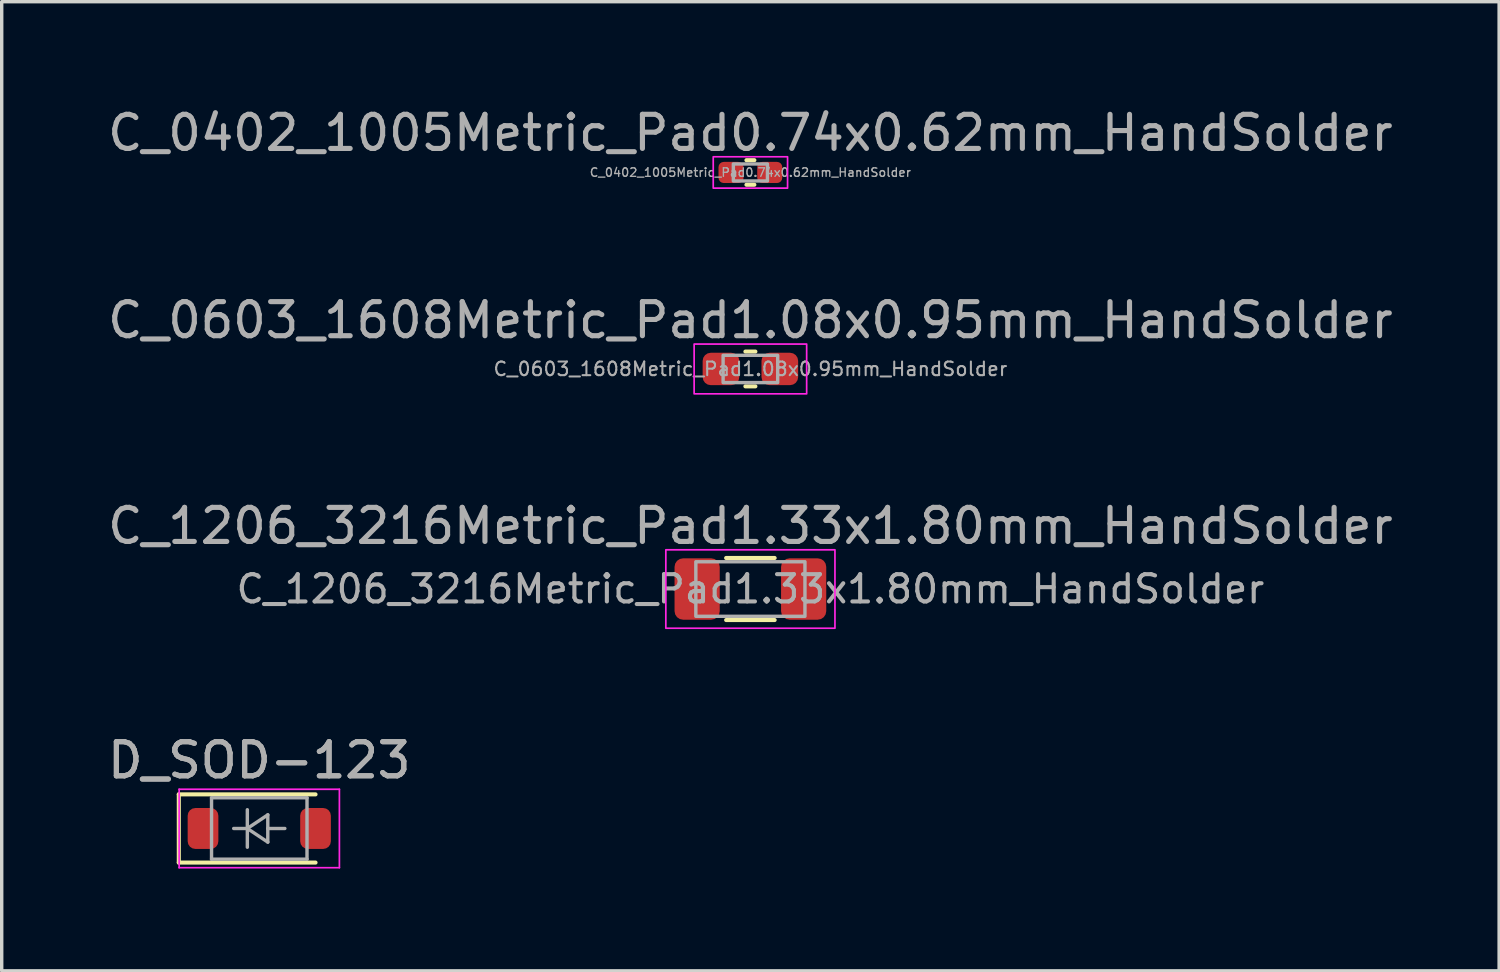
<source format=kicad_pcb>
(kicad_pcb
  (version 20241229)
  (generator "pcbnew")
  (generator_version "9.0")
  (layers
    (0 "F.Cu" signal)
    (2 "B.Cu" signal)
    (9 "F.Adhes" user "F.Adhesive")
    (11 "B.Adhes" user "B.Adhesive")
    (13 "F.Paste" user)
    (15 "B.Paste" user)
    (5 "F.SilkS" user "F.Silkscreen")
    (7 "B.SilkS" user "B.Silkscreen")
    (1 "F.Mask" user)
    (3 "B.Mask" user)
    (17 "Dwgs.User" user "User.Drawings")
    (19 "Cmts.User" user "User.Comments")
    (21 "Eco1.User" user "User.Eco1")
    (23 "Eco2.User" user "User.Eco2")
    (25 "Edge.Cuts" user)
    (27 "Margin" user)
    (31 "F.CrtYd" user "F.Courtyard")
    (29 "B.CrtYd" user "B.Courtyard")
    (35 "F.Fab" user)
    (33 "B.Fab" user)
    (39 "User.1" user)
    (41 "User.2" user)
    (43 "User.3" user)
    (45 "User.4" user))
  (footprint "C_0402_1005Metric_Pad0.74x0.62mm_HandSolder"
    (layer "F.Cu")
    (at 18.958 2.008)
    (property "Reference" "C_0402_1005Metric_Pad0.74x0.62mm_HandSolder" (at 0 -1.16 0) (layer "F.Fab") (effects (font (size 1 1) (thickness 0.15))))
    (attr smd)
    (fp_line (start -0.116 -0.36) (end 0.116 -0.36) (stroke (width 0.12) (type solid)) (layer "F.SilkS"))
    (fp_line (start -0.116 0.36) (end 0.116 0.36) (stroke (width 0.12) (type solid)) (layer "F.SilkS"))
    (fp_rect (start -1.09 -0.46) (end 1.09 0.46) (stroke (width 0.05) (type solid)) (fill no) (layer "F.CrtYd"))
    (fp_rect (start -0.5 -0.25) (end 0.5 0.25) (stroke (width 0.1) (type solid)) (fill no) (layer "F.Fab"))
    (fp_text user "${REFERENCE}" (at 0 0 0) (layer "F.Fab") (effects (font (size 0.25 0.25) (thickness 0.04))))
    (pad "1" smd roundrect (at -0.568 0 180) (size 0.735 0.62) (layers "F.Cu" "F.Mask" "F.Paste") (roundrect_rratio 0.25))
    (pad "2" smd roundrect (at 0.568 0 180) (size 0.735 0.62) (layers "F.Cu" "F.Mask" "F.Paste") (roundrect_rratio 0.25)))
  (footprint "C_1206_3216Metric_Pad1.33x1.80mm_HandSolder"
    (layer "F.Cu")
    (at 18.958 14.225)
    (property "Reference" "C_1206_3216Metric_Pad1.33x1.80mm_HandSolder" (at 0 -1.85 0) (layer "F.Fab") (effects (font (size 1 1) (thickness 0.15))))
    (attr smd)
    (fp_line (start -0.711 -0.91) (end 0.711 -0.91) (stroke (width 0.12) (type solid)) (layer "F.SilkS"))
    (fp_line (start -0.711 0.91) (end 0.711 0.91) (stroke (width 0.12) (type solid)) (layer "F.SilkS"))
    (fp_rect (start -2.48 -1.15) (end 2.48 1.15) (stroke (width 0.05) (type solid)) (fill no) (layer "F.CrtYd"))
    (fp_rect (start -1.6 -0.8) (end 1.6 0.8) (stroke (width 0.1) (type solid)) (fill no) (layer "F.Fab"))
    (fp_text user "${REFERENCE}" (at 0 0 0) (layer "F.Fab") (effects (font (size 0.8 0.8) (thickness 0.12))))
    (pad "1" smd roundrect (at -1.562 0) (size 1.325 1.8) (layers "F.Cu" "F.Mask" "F.Paste") (roundrect_rratio 0.189))
    (pad "2" smd roundrect (at 1.562 0) (size 1.325 1.8) (layers "F.Cu" "F.Mask" "F.Paste") (roundrect_rratio 0.189)))
  (footprint "D_SOD-123"
    (layer "F.Cu")
    (at 4.554 21.248)
    (property "Reference" "D_SOD-123" (at 0 -2 180) (layer "F.Fab") (effects (font (size 1 1) (thickness 0.15))))
    (attr smd)
    (fp_line (start -2.36 -1) (end -2.36 1) (stroke (width 0.12) (type solid)) (layer "F.SilkS"))
    (fp_line (start -2.36 -1) (end 1.65 -1) (stroke (width 0.12) (type solid)) (layer "F.SilkS"))
    (fp_line (start -2.36 1) (end 1.65 1) (stroke (width 0.12) (type solid)) (layer "F.SilkS"))
    (fp_line (start -2.35 -1.15) (end -2.35 1.15) (stroke (width 0.05) (type solid)) (layer "F.CrtYd"))
    (fp_line (start -2.35 -1.15) (end 2.35 -1.15) (stroke (width 0.05) (type solid)) (layer "F.CrtYd"))
    (fp_line (start 2.35 -1.15) (end 2.35 1.15) (stroke (width 0.05) (type solid)) (layer "F.CrtYd"))
    (fp_line (start 2.35 1.15) (end -2.35 1.15) (stroke (width 0.05) (type solid)) (layer "F.CrtYd"))
    (fp_line (start -1.4 -0.9) (end 1.4 -0.9) (stroke (width 0.1) (type solid)) (layer "F.Fab"))
    (fp_line (start -1.4 0.9) (end -1.4 -0.9) (stroke (width 0.1) (type solid)) (layer "F.Fab"))
    (fp_line (start -0.75 0) (end -0.35 0) (stroke (width 0.1) (type solid)) (layer "F.Fab"))
    (fp_line (start -0.35 0) (end -0.35 -0.55) (stroke (width 0.1) (type solid)) (layer "F.Fab"))
    (fp_line (start -0.35 0) (end -0.35 0.55) (stroke (width 0.1) (type solid)) (layer "F.Fab"))
    (fp_line (start -0.35 0) (end 0.25 -0.4) (stroke (width 0.1) (type solid)) (layer "F.Fab"))
    (fp_line (start 0.25 -0.4) (end 0.25 0.4) (stroke (width 0.1) (type solid)) (layer "F.Fab"))
    (fp_line (start 0.25 0) (end 0.75 0) (stroke (width 0.1) (type solid)) (layer "F.Fab"))
    (fp_line (start 0.25 0.4) (end -0.35 0) (stroke (width 0.1) (type solid)) (layer "F.Fab"))
    (fp_line (start 1.4 -0.9) (end 1.4 0.9) (stroke (width 0.1) (type solid)) (layer "F.Fab"))
    (fp_line (start 1.4 0.9) (end -1.4 0.9) (stroke (width 0.1) (type solid)) (layer "F.Fab"))
    (fp_text user "${REFERENCE}" (at 0 -2 0) (layer "F.Fab") (effects (font (size 1 1) (thickness 0.15))))
    (pad "1" smd roundrect (at -1.65 0) (size 0.9 1.2) (layers "F.Cu" "F.Mask" "F.Paste") (roundrect_rratio 0.25))
    (pad "2" smd roundrect (at 1.65 0) (size 0.9 1.2) (layers "F.Cu" "F.Mask" "F.Paste") (roundrect_rratio 0.25)))
  (footprint "C_0603_1608Metric_Pad1.08x0.95mm_HandSolder"
    (layer "F.Cu")
    (at 18.958 7.771)
    (property "Reference" "C_0603_1608Metric_Pad1.08x0.95mm_HandSolder" (at 0 -1.43 0) (layer "F.Fab") (effects (font (size 1 1) (thickness 0.15))))
    (attr smd)
    (fp_line (start -0.146 -0.51) (end 0.146 -0.51) (stroke (width 0.12) (type solid)) (layer "F.SilkS"))
    (fp_line (start -0.146 0.51) (end 0.146 0.51) (stroke (width 0.12) (type solid)) (layer "F.SilkS"))
    (fp_rect (start -1.65 -0.73) (end 1.65 0.73) (stroke (width 0.05) (type solid)) (fill no) (layer "F.CrtYd"))
    (fp_rect (start -0.8 -0.4) (end 0.8 0.4) (stroke (width 0.1) (type solid)) (fill no) (layer "F.Fab"))
    (fp_text user "${REFERENCE}" (at 0 0 0) (layer "F.Fab") (effects (font (size 0.4 0.4) (thickness 0.06))))
    (pad "1" smd roundrect (at -0.863 0) (size 1.075 0.95) (layers "F.Cu" "F.Mask" "F.Paste") (roundrect_rratio 0.25))
    (pad "2" smd roundrect (at 0.863 0) (size 1.075 0.95) (layers "F.Cu" "F.Mask" "F.Paste") (roundrect_rratio 0.25)))
  (gr_rect
    (start -3 -3)
    (end 40.917 25.423)
    (stroke (width 0.1) (type default))
    (fill no)
    (layer "Edge.Cuts")))
</source>
